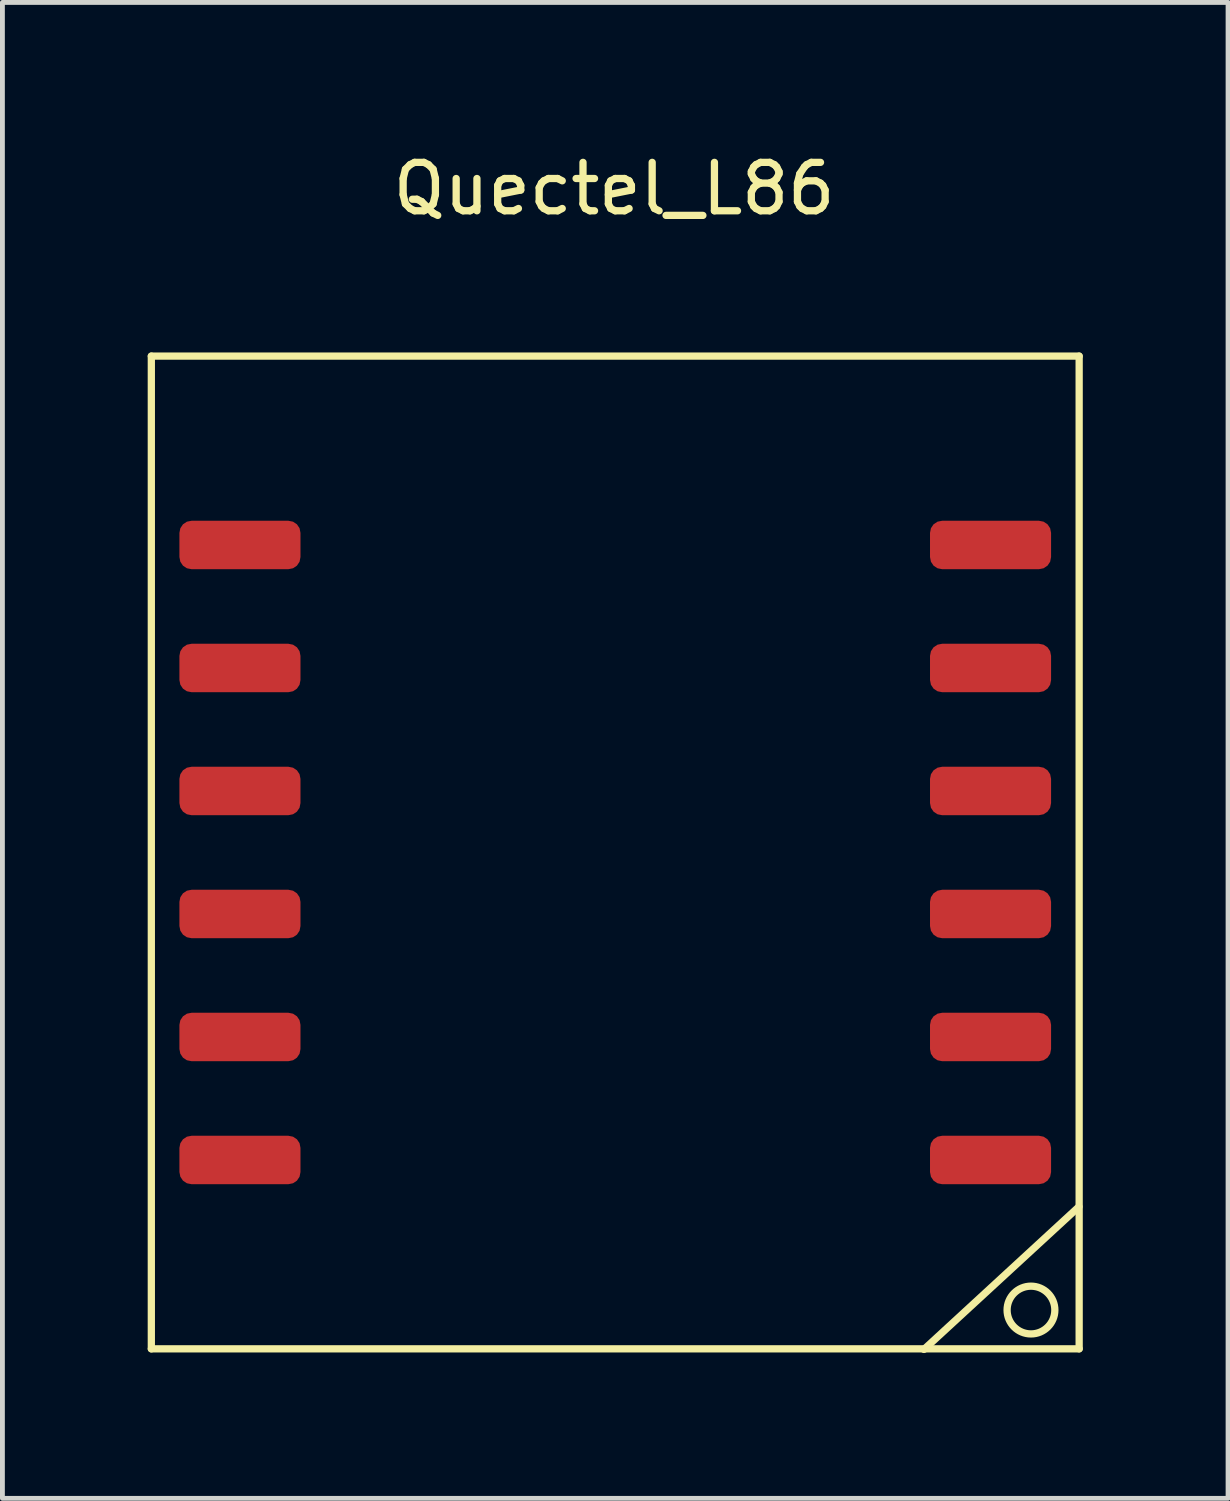
<source format=kicad_pcb>
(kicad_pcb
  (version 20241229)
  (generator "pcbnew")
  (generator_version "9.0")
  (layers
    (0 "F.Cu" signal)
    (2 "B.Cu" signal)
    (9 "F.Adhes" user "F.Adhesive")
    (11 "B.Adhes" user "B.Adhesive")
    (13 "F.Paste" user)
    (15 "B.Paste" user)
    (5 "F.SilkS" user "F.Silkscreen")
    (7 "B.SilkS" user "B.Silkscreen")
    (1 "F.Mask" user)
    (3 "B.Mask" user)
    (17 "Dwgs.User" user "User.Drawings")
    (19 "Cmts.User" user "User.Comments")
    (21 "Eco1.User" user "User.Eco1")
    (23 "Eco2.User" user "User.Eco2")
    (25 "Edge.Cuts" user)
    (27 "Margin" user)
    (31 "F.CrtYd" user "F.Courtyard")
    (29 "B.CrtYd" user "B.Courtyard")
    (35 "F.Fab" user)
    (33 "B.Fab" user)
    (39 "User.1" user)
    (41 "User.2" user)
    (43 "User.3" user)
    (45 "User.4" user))
  (footprint "Quectel_L86"
    (layer "F.Cu")
    (at 9.655 20.904)
    (property "Reference" "Quectel_L86" (at -0.023 -20.056 0) (layer "F.SilkS") (effects (font (size 1 1) (thickness 0.15))))
    (attr through_hole)
    (fp_line (start -9.58 -16.6) (end -9.58 3.9) (stroke (width 0.15) (type solid)) (layer "F.SilkS"))
    (fp_line (start -9.58 3.9) (end 9.58 3.9) (stroke (width 0.15) (type solid)) (layer "F.SilkS"))
    (fp_line (start 6.375 3.912) (end 9.576 0.965) (stroke (width 0.15) (type solid)) (layer "F.SilkS"))
    (fp_line (start 9.58 -16.6) (end -9.58 -16.6) (stroke (width 0.15) (type solid)) (layer "F.SilkS"))
    (fp_line (start 9.58 -16.6) (end 9.58 3.9) (stroke (width 0.15) (type solid)) (layer "F.SilkS"))
    (fp_circle (center 8.585 3.099) (end 8.865 3.505) (stroke (width 0.15) (type solid)) (fill no) (layer "F.SilkS"))
    (pad "1" smd roundrect (at 7.75 0) (size 2.5 1) (layers "F.Cu" "F.Mask" "F.Paste") (roundrect_rratio 0.25))
    (pad "2" smd roundrect (at 7.75 -2.54) (size 2.5 1) (layers "F.Cu" "F.Mask" "F.Paste") (roundrect_rratio 0.25))
    (pad "3" smd roundrect (at 7.75 -5.08) (size 2.5 1) (layers "F.Cu" "F.Mask" "F.Paste") (roundrect_rratio 0.25))
    (pad "4" smd roundrect (at 7.75 -7.62) (size 2.5 1) (layers "F.Cu" "F.Mask" "F.Paste") (roundrect_rratio 0.25))
    (pad "5" smd roundrect (at 7.75 -10.16) (size 2.5 1) (layers "F.Cu" "F.Mask" "F.Paste") (roundrect_rratio 0.25))
    (pad "6" smd roundrect (at 7.75 -12.7) (size 2.5 1) (layers "F.Cu" "F.Mask" "F.Paste") (roundrect_rratio 0.25))
    (pad "7" smd roundrect (at -7.75 -12.7) (size 2.5 1) (layers "F.Cu" "F.Mask" "F.Paste") (roundrect_rratio 0.25))
    (pad "8" smd roundrect (at -7.75 -10.16) (size 2.5 1) (layers "F.Cu" "F.Mask" "F.Paste") (roundrect_rratio 0.25))
    (pad "9" smd roundrect (at -7.75 -7.62) (size 2.5 1) (layers "F.Cu" "F.Mask" "F.Paste") (roundrect_rratio 0.25))
    (pad "10" smd roundrect (at -7.75 -5.08) (size 2.5 1) (layers "F.Cu" "F.Mask" "F.Paste") (roundrect_rratio 0.25))
    (pad "11" smd roundrect (at -7.75 -2.54) (size 2.5 1) (layers "F.Cu" "F.Mask" "F.Paste") (roundrect_rratio 0.25))
    (pad "12" smd roundrect (at -7.75 0) (size 2.5 1) (layers "F.Cu" "F.Mask" "F.Paste") (roundrect_rratio 0.25)))
  (gr_rect
    (start -3 -3)
    (end 22.31 27.891)
    (stroke (width 0.1) (type default))
    (fill no)
    (layer "Edge.Cuts")))
</source>
